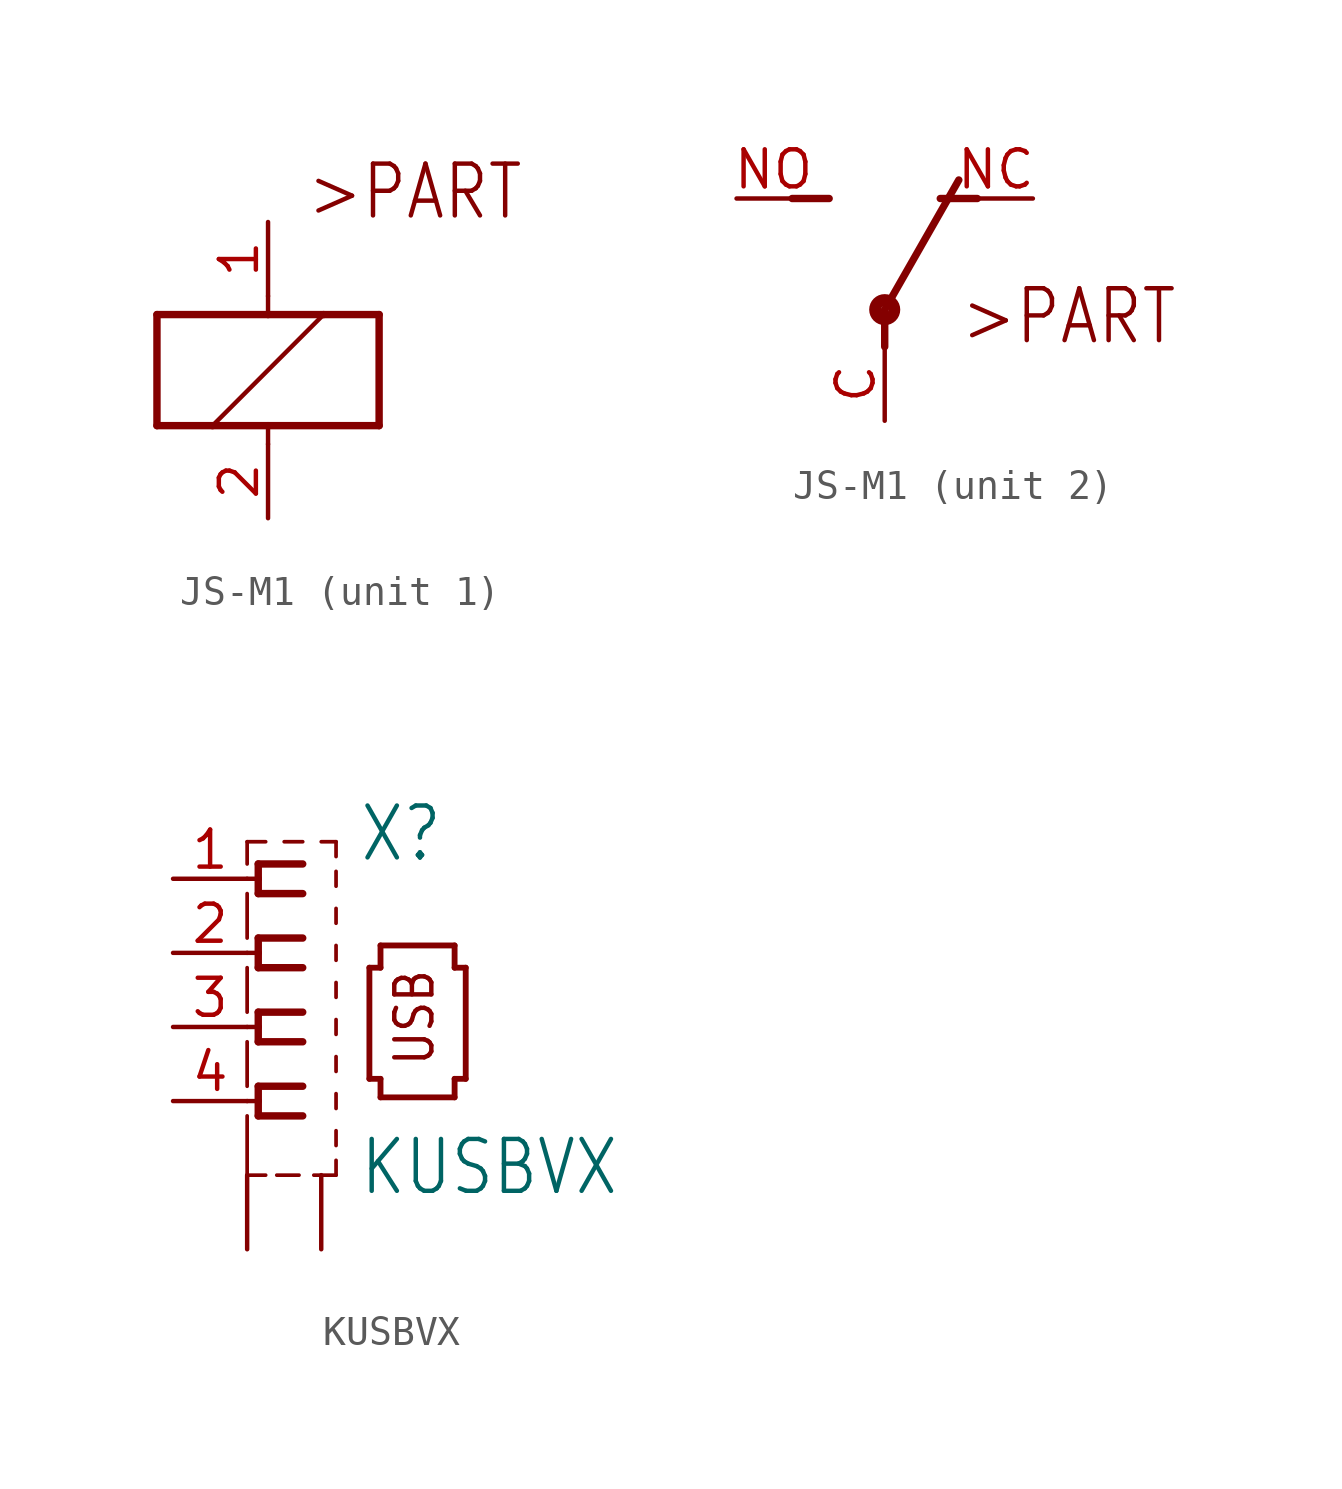
<source format=kicad_sym>
(kicad_symbol_lib
  (version 20220331)
  (generator kicad_symbol_editor)
  (symbol "JS-M1"
    (property "Reference" "K"
      (at 0 0 0)
      (effects (font (size 1.27 1.27)) hide))
    (property "ki_locked" ""
      (at 0 0 0)
      (effects (font (size 1.27 1.27))))
    (symbol "JS-M1_1_0"
      (polyline (pts (xy -3.81 -1.905) (xy -1.905 -1.905)) (stroke (width 0.254) (type solid)) (fill (type none)))
      (polyline (pts (xy -3.81 1.905) (xy -3.81 -1.905)) (stroke (width 0.254) (type solid)) (fill (type none)))
      (polyline (pts (xy -1.905 -1.905) (xy 0 -1.905)) (stroke (width 0.254) (type solid)) (fill (type none)))
      (polyline (pts (xy -1.905 -1.905) (xy 1.905 1.905)) (stroke (width 0.152) (type solid)) (fill (type none)))
      (polyline (pts (xy 0 -2.54) (xy 0 -1.905)) (stroke (width 0.152) (type solid)) (fill (type none)))
      (polyline (pts (xy 0 -1.905) (xy 3.81 -1.905)) (stroke (width 0.254) (type solid)) (fill (type none)))
      (polyline (pts (xy 0 1.905) (xy -3.81 1.905)) (stroke (width 0.254) (type solid)) (fill (type none)))
      (polyline (pts (xy 0 2.54) (xy 0 1.905)) (stroke (width 0.152) (type solid)) (fill (type none)))
      (polyline (pts (xy 1.905 1.905) (xy 0 1.905)) (stroke (width 0.254) (type solid)) (fill (type none)))
      (polyline (pts (xy 3.81 -1.905) (xy 3.81 1.905)) (stroke (width 0.254) (type solid)) (fill (type none)))
      (polyline (pts (xy 3.81 1.905) (xy 1.905 1.905)) (stroke (width 0.254) (type solid)) (fill (type none)))
      (text ">PART" (at 1.27 5.08 0) (effects (font (size 1.778 1.511)) (justify left bottom)))
      (pin passive line (at 0 5.08 270) (length 2.54) (name "1" (effects (font (size 0 0)))) (number "1" (effects (font (size 1.27 1.27)))))
      (pin passive line (at 0 -5.08 90) (length 2.54) (name "2" (effects (font (size 0 0)))) (number "2" (effects (font (size 1.27 1.27))))))
    (symbol "JS-M1_2_0"
      (polyline (pts (xy -3.175 5.08) (xy -1.905 5.08)) (stroke (width 0.254) (type solid)) (fill (type none)))
      (polyline (pts (xy 0 1.27) (xy 0 0)) (stroke (width 0.254) (type solid)) (fill (type none)))
      (polyline (pts (xy 0 1.27) (xy 2.54 5.715)) (stroke (width 0.254) (type solid)) (fill (type none)))
      (polyline (pts (xy 3.175 5.08) (xy 1.905 5.08)) (stroke (width 0.254) (type solid)) (fill (type none)))
      (circle (center 0 1.27) (radius 0.127) (stroke (width 0.406) (type solid)) (fill (type none)))
      (text ">PART" (at 2.54 0 0) (effects (font (size 1.778 1.511)) (justify left bottom)))
      (pin passive line (at 0 -2.54 90) (length 2.54) (name "P" (effects (font (size 0 0)))) (number "C" (effects (font (size 1.27 1.27)))))
      (pin passive line (at 5.08 5.08 180) (length 2.54) (name "O" (effects (font (size 0 0)))) (number "NC" (effects (font (size 1.27 1.27)))))
      (pin passive line (at -5.08 5.08 0) (length 2.54) (name "S" (effects (font (size 0 0)))) (number "NO" (effects (font (size 1.27 1.27)))))))
  (symbol "KUSBVX"
    (property "Reference" "X"
      (at 1.27 5.588 0)
      (effects (font (size 1.778 1.511)) (justify left bottom)))
    (property "Value" "KUSBVX"
      (at 1.27 -5.842 0)
      (effects (font (size 1.778 1.511)) (justify left bottom)))
    (property "ki_locked" ""
      (at 0 0 0)
      (effects (font (size 1.27 1.27))))
    (symbol "KUSBVX_1_0"
      (polyline (pts (xy -2.54 -5.08) (xy -1.905 -5.08)) (stroke (width 0.127) (type solid)) (fill (type none)))
      (polyline (pts (xy -2.54 -3.048) (xy -2.54 -5.08)) (stroke (width 0.127) (type solid)) (fill (type none)))
      (polyline (pts (xy -2.54 -2.54) (xy -2.159 -2.54)) (stroke (width 0.152) (type solid)) (fill (type none)))
      (polyline (pts (xy -2.54 -0.508) (xy -2.54 -2.032)) (stroke (width 0.127) (type solid)) (fill (type none)))
      (polyline (pts (xy -2.54 0) (xy -2.159 0)) (stroke (width 0.152) (type solid)) (fill (type none)))
      (polyline (pts (xy -2.54 2.032) (xy -2.54 0.508)) (stroke (width 0.127) (type solid)) (fill (type none)))
      (polyline (pts (xy -2.54 2.54) (xy -2.159 2.54)) (stroke (width 0.152) (type solid)) (fill (type none)))
      (polyline (pts (xy -2.54 4.572) (xy -2.54 3.048)) (stroke (width 0.127) (type solid)) (fill (type none)))
      (polyline (pts (xy -2.54 5.08) (xy -2.159 5.08)) (stroke (width 0.152) (type solid)) (fill (type none)))
      (polyline (pts (xy -2.54 6.35) (xy -2.54 5.588)) (stroke (width 0.127) (type solid)) (fill (type none)))
      (polyline (pts (xy -2.159 -3.048) (xy -0.635 -3.048)) (stroke (width 0.254) (type solid)) (fill (type none)))
      (polyline (pts (xy -2.159 -2.54) (xy -2.159 -3.048)) (stroke (width 0.254) (type solid)) (fill (type none)))
      (polyline (pts (xy -2.159 -2.032) (xy -2.159 -2.54)) (stroke (width 0.254) (type solid)) (fill (type none)))
      (polyline (pts (xy -2.159 -0.508) (xy -0.635 -0.508)) (stroke (width 0.254) (type solid)) (fill (type none)))
      (polyline (pts (xy -2.159 0) (xy -2.159 -0.508)) (stroke (width 0.254) (type solid)) (fill (type none)))
      (polyline (pts (xy -2.159 0.508) (xy -2.159 0)) (stroke (width 0.254) (type solid)) (fill (type none)))
      (polyline (pts (xy -2.159 2.032) (xy -0.635 2.032)) (stroke (width 0.254) (type solid)) (fill (type none)))
      (polyline (pts (xy -2.159 2.54) (xy -2.159 2.032)) (stroke (width 0.254) (type solid)) (fill (type none)))
      (polyline (pts (xy -2.159 3.048) (xy -2.159 2.54)) (stroke (width 0.254) (type solid)) (fill (type none)))
      (polyline (pts (xy -2.159 4.572) (xy -0.635 4.572)) (stroke (width 0.254) (type solid)) (fill (type none)))
      (polyline (pts (xy -2.159 5.08) (xy -2.159 4.572)) (stroke (width 0.254) (type solid)) (fill (type none)))
      (polyline (pts (xy -2.159 5.588) (xy -2.159 5.08)) (stroke (width 0.254) (type solid)) (fill (type none)))
      (polyline (pts (xy -1.905 6.35) (xy -2.54 6.35)) (stroke (width 0.127) (type solid)) (fill (type none)))
      (polyline (pts (xy -1.524 -5.08) (xy -0.762 -5.08)) (stroke (width 0.127) (type solid)) (fill (type none)))
      (polyline (pts (xy -0.635 -2.032) (xy -2.159 -2.032)) (stroke (width 0.254) (type solid)) (fill (type none)))
      (polyline (pts (xy -0.635 0.508) (xy -2.159 0.508)) (stroke (width 0.254) (type solid)) (fill (type none)))
      (polyline (pts (xy -0.635 3.048) (xy -2.159 3.048)) (stroke (width 0.254) (type solid)) (fill (type none)))
      (polyline (pts (xy -0.635 5.588) (xy -2.159 5.588)) (stroke (width 0.254) (type solid)) (fill (type none)))
      (polyline (pts (xy -0.635 6.35) (xy -1.27 6.35)) (stroke (width 0.127) (type solid)) (fill (type none)))
      (polyline (pts (xy -0.254 -5.08) (xy 0.508 -5.08)) (stroke (width 0.127) (type solid)) (fill (type none)))
      (polyline (pts (xy 0.508 -5.08) (xy 0.508 -4.572)) (stroke (width 0.127) (type solid)) (fill (type none)))
      (polyline (pts (xy 0.508 -4.064) (xy 0.508 -3.556)) (stroke (width 0.127) (type solid)) (fill (type none)))
      (polyline (pts (xy 0.508 -2.794) (xy 0.508 -2.286)) (stroke (width 0.127) (type solid)) (fill (type none)))
      (polyline (pts (xy 0.508 -1.524) (xy 0.508 -1.016)) (stroke (width 0.127) (type solid)) (fill (type none)))
      (polyline (pts (xy 0.508 -0.254) (xy 0.508 0.254)) (stroke (width 0.127) (type solid)) (fill (type none)))
      (polyline (pts (xy 0.508 1.016) (xy 0.508 1.524)) (stroke (width 0.127) (type solid)) (fill (type none)))
      (polyline (pts (xy 0.508 2.286) (xy 0.508 2.794)) (stroke (width 0.127) (type solid)) (fill (type none)))
      (polyline (pts (xy 0.508 3.556) (xy 0.508 4.064)) (stroke (width 0.127) (type solid)) (fill (type none)))
      (polyline (pts (xy 0.508 4.826) (xy 0.508 5.334)) (stroke (width 0.127) (type solid)) (fill (type none)))
      (polyline (pts (xy 0.508 5.842) (xy 0.508 6.35)) (stroke (width 0.127) (type solid)) (fill (type none)))
      (polyline (pts (xy 0.508 6.35) (xy 0 6.35)) (stroke (width 0.127) (type solid)) (fill (type none)))
      (polyline (pts (xy 1.651 -1.778) (xy 2.032 -1.778)) (stroke (width 0.2) (type solid)) (fill (type none)))
      (polyline (pts (xy 1.651 2.032) (xy 1.651 -1.778)) (stroke (width 0.2) (type solid)) (fill (type none)))
      (polyline (pts (xy 2.032 -2.413) (xy 4.572 -2.413)) (stroke (width 0.2) (type solid)) (fill (type none)))
      (polyline (pts (xy 2.032 -1.778) (xy 2.032 -2.413)) (stroke (width 0.2) (type solid)) (fill (type none)))
      (polyline (pts (xy 2.032 2.032) (xy 1.651 2.032)) (stroke (width 0.2) (type solid)) (fill (type none)))
      (polyline (pts (xy 2.032 2.794) (xy 2.032 2.032)) (stroke (width 0.2) (type solid)) (fill (type none)))
      (polyline (pts (xy 4.572 -2.413) (xy 4.572 -1.778)) (stroke (width 0.2) (type solid)) (fill (type none)))
      (polyline (pts (xy 4.572 -1.778) (xy 4.953 -1.778)) (stroke (width 0.2) (type solid)) (fill (type none)))
      (polyline (pts (xy 4.572 2.032) (xy 4.572 2.794)) (stroke (width 0.2) (type solid)) (fill (type none)))
      (polyline (pts (xy 4.572 2.794) (xy 2.032 2.794)) (stroke (width 0.2) (type solid)) (fill (type none)))
      (polyline (pts (xy 4.953 -1.778) (xy 4.953 2.032)) (stroke (width 0.2) (type solid)) (fill (type none)))
      (polyline (pts (xy 4.953 2.032) (xy 4.572 2.032)) (stroke (width 0.2) (type solid)) (fill (type none)))
      (text "USB" (at 3.937 -1.397 900) (effects (font (size 1.27 1.079)) (justify left bottom)))
      (pin passive line (at -5.08 5.08 0) (length 2.54) (name "1" (effects (font (size 0 0)))) (number "1" (effects (font (size 1.27 1.27)))))
      (pin passive line (at -5.08 2.54 0) (length 2.54) (name "2" (effects (font (size 0 0)))) (number "2" (effects (font (size 1.27 1.27)))))
      (pin passive line (at -5.08 0 0) (length 2.54) (name "3" (effects (font (size 0 0)))) (number "3" (effects (font (size 1.27 1.27)))))
      (pin passive line (at -5.08 -2.54 0) (length 2.54) (name "4" (effects (font (size 0 0)))) (number "4" (effects (font (size 1.27 1.27)))))
      (pin passive line (at -2.54 -7.62 90) (length 2.54) (name "S1" (effects (font (size 0 0)))) (number "M1" (effects (font (size 0 0)))))
      (pin passive line (at 0 -7.62 90) (length 2.54) (name "S2" (effects (font (size 0 0)))) (number "M2" (effects (font (size 0 0))))))))
</source>
